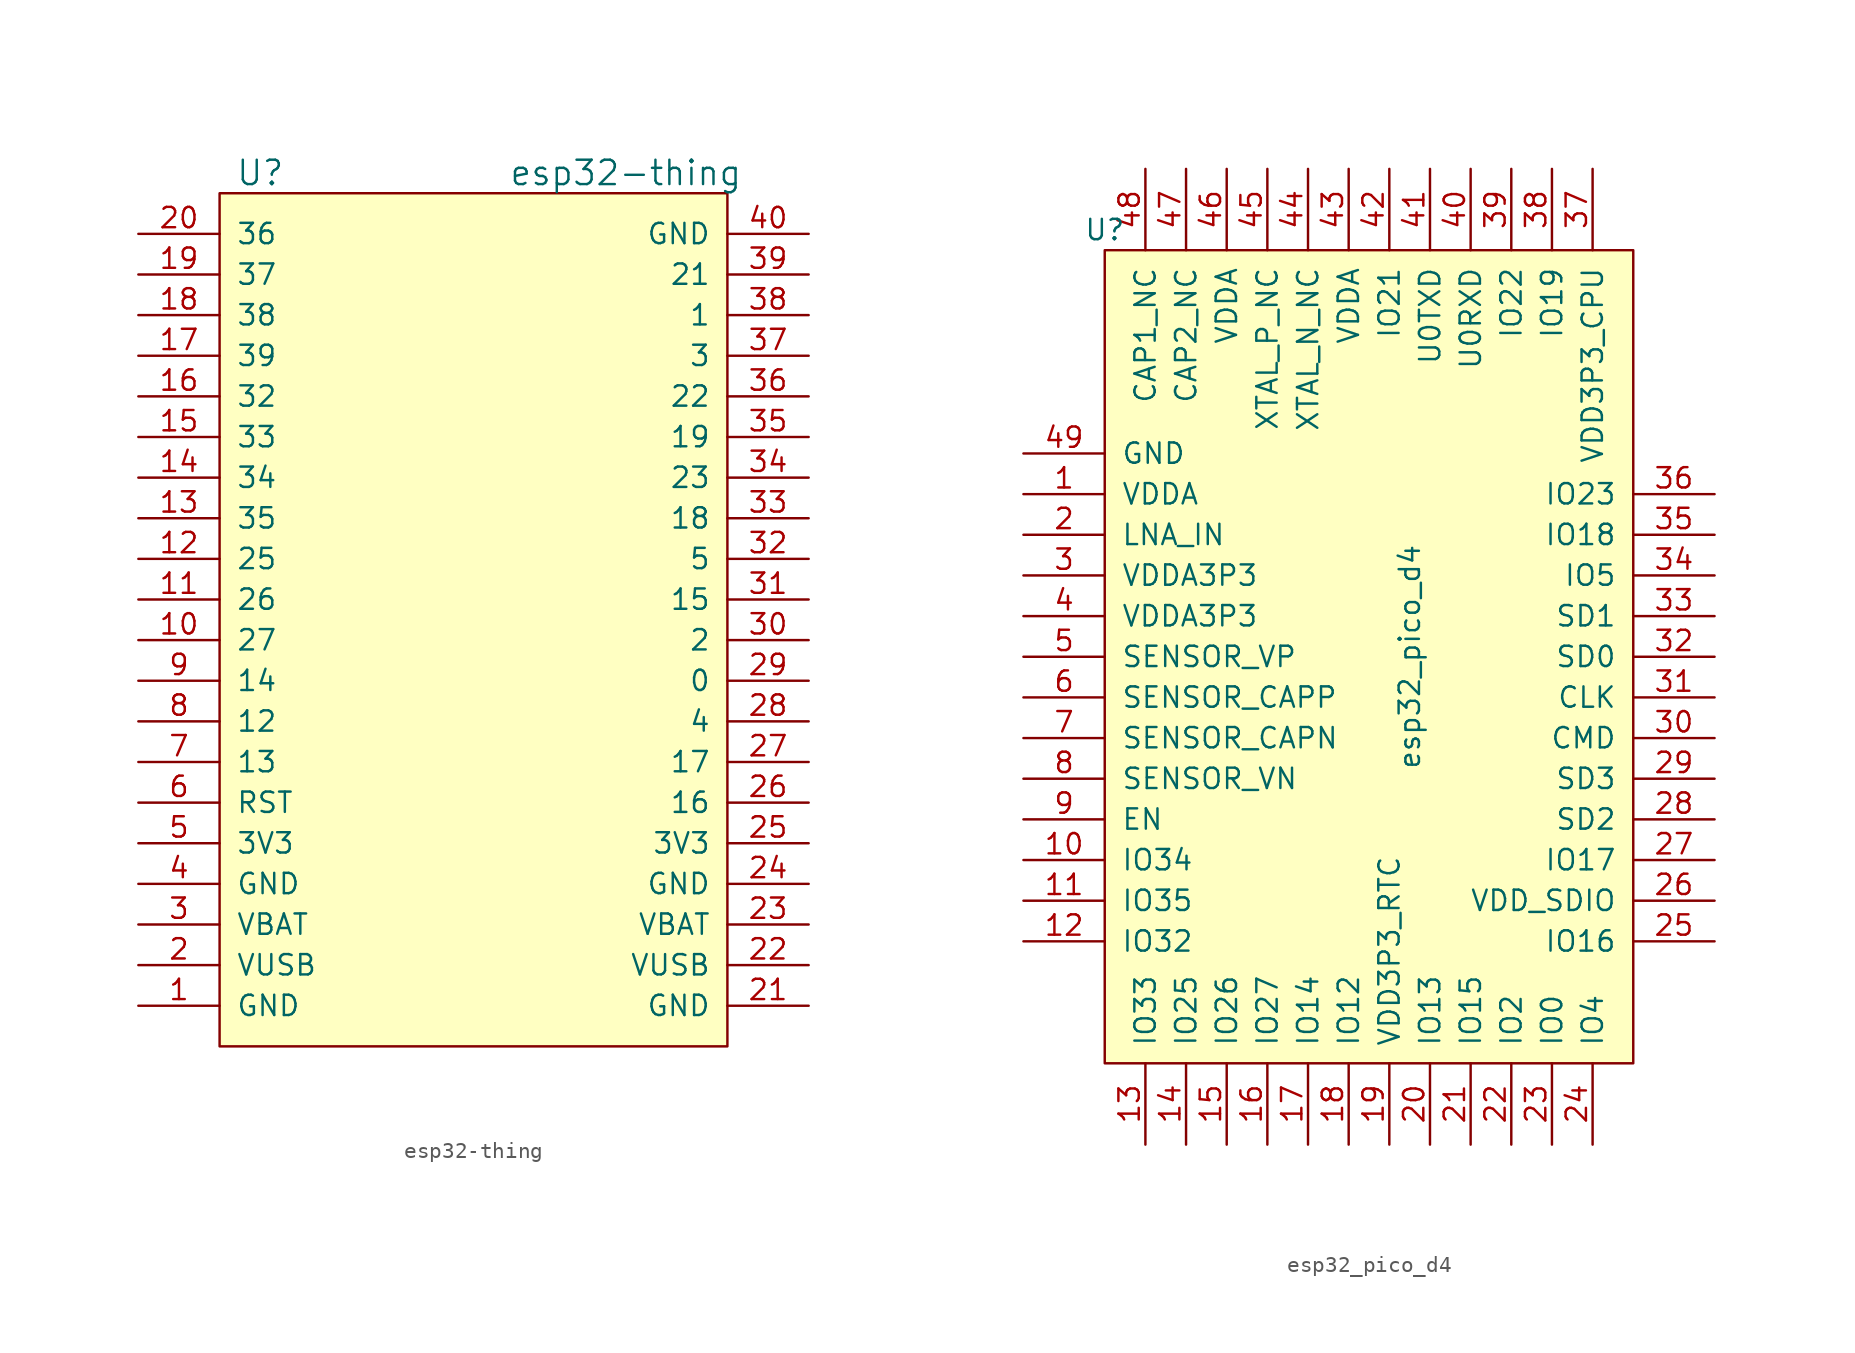
<source format=kicad_sym>
(kicad_symbol_lib
  (version 20211014)
  (generator kicad_symbol_editor)
  (symbol "esp32-thing"
    (pin_names
      (offset 1.016))
    (property "Reference" "U"
      (at -13.97 27.94 0)
      (effects (font (size 1.524 1.524))))
    (property "Value" "esp32-thing"
      (at 8.89 27.94 0)
      (effects (font (size 1.524 1.524))))
    (symbol "esp32-thing_0_1"
      (rectangle (start -16.51 26.67) (end 15.24 -26.67) (stroke (width 0) (type default) (color 0 0 0 0)) (fill (type background))))
    (symbol "esp32-thing_1_1"
      (pin input line (at -21.59 -24.13 0) (length 5.08) (name "GND" (effects (font (size 1.27 1.27)))) (number "1" (effects (font (size 1.27 1.27)))))
      (pin input line (at -21.59 -1.27 0) (length 5.08) (name "27" (effects (font (size 1.27 1.27)))) (number "10" (effects (font (size 1.27 1.27)))))
      (pin input line (at -21.59 1.27 0) (length 5.08) (name "26" (effects (font (size 1.27 1.27)))) (number "11" (effects (font (size 1.27 1.27)))))
      (pin input line (at -21.59 3.81 0) (length 5.08) (name "25" (effects (font (size 1.27 1.27)))) (number "12" (effects (font (size 1.27 1.27)))))
      (pin input line (at -21.59 6.35 0) (length 5.08) (name "35" (effects (font (size 1.27 1.27)))) (number "13" (effects (font (size 1.27 1.27)))))
      (pin input line (at -21.59 8.89 0) (length 5.08) (name "34" (effects (font (size 1.27 1.27)))) (number "14" (effects (font (size 1.27 1.27)))))
      (pin input line (at -21.59 11.43 0) (length 5.08) (name "33" (effects (font (size 1.27 1.27)))) (number "15" (effects (font (size 1.27 1.27)))))
      (pin input line (at -21.59 13.97 0) (length 5.08) (name "32" (effects (font (size 1.27 1.27)))) (number "16" (effects (font (size 1.27 1.27)))))
      (pin input line (at -21.59 16.51 0) (length 5.08) (name "39" (effects (font (size 1.27 1.27)))) (number "17" (effects (font (size 1.27 1.27)))))
      (pin input line (at -21.59 19.05 0) (length 5.08) (name "38" (effects (font (size 1.27 1.27)))) (number "18" (effects (font (size 1.27 1.27)))))
      (pin input line (at -21.59 21.59 0) (length 5.08) (name "37" (effects (font (size 1.27 1.27)))) (number "19" (effects (font (size 1.27 1.27)))))
      (pin input line (at -21.59 -21.59 0) (length 5.08) (name "VUSB" (effects (font (size 1.27 1.27)))) (number "2" (effects (font (size 1.27 1.27)))))
      (pin input line (at -21.59 24.13 0) (length 5.08) (name "36" (effects (font (size 1.27 1.27)))) (number "20" (effects (font (size 1.27 1.27)))))
      (pin input line (at 20.32 -24.13 180) (length 5.08) (name "GND" (effects (font (size 1.27 1.27)))) (number "21" (effects (font (size 1.27 1.27)))))
      (pin input line (at 20.32 -21.59 180) (length 5.08) (name "VUSB" (effects (font (size 1.27 1.27)))) (number "22" (effects (font (size 1.27 1.27)))))
      (pin input line (at 20.32 -19.05 180) (length 5.08) (name "VBAT" (effects (font (size 1.27 1.27)))) (number "23" (effects (font (size 1.27 1.27)))))
      (pin input line (at 20.32 -16.51 180) (length 5.08) (name "GND" (effects (font (size 1.27 1.27)))) (number "24" (effects (font (size 1.27 1.27)))))
      (pin input line (at 20.32 -13.97 180) (length 5.08) (name "3V3" (effects (font (size 1.27 1.27)))) (number "25" (effects (font (size 1.27 1.27)))))
      (pin input line (at 20.32 -11.43 180) (length 5.08) (name "16" (effects (font (size 1.27 1.27)))) (number "26" (effects (font (size 1.27 1.27)))))
      (pin input line (at 20.32 -8.89 180) (length 5.08) (name "17" (effects (font (size 1.27 1.27)))) (number "27" (effects (font (size 1.27 1.27)))))
      (pin input line (at 20.32 -6.35 180) (length 5.08) (name "4" (effects (font (size 1.27 1.27)))) (number "28" (effects (font (size 1.27 1.27)))))
      (pin input line (at 20.32 -3.81 180) (length 5.08) (name "0" (effects (font (size 1.27 1.27)))) (number "29" (effects (font (size 1.27 1.27)))))
      (pin input line (at -21.59 -19.05 0) (length 5.08) (name "VBAT" (effects (font (size 1.27 1.27)))) (number "3" (effects (font (size 1.27 1.27)))))
      (pin input line (at 20.32 -1.27 180) (length 5.08) (name "2" (effects (font (size 1.27 1.27)))) (number "30" (effects (font (size 1.27 1.27)))))
      (pin input line (at 20.32 1.27 180) (length 5.08) (name "15" (effects (font (size 1.27 1.27)))) (number "31" (effects (font (size 1.27 1.27)))))
      (pin input line (at 20.32 3.81 180) (length 5.08) (name "5" (effects (font (size 1.27 1.27)))) (number "32" (effects (font (size 1.27 1.27)))))
      (pin input line (at 20.32 6.35 180) (length 5.08) (name "18" (effects (font (size 1.27 1.27)))) (number "33" (effects (font (size 1.27 1.27)))))
      (pin input line (at 20.32 8.89 180) (length 5.08) (name "23" (effects (font (size 1.27 1.27)))) (number "34" (effects (font (size 1.27 1.27)))))
      (pin input line (at 20.32 11.43 180) (length 5.08) (name "19" (effects (font (size 1.27 1.27)))) (number "35" (effects (font (size 1.27 1.27)))))
      (pin input line (at 20.32 13.97 180) (length 5.08) (name "22" (effects (font (size 1.27 1.27)))) (number "36" (effects (font (size 1.27 1.27)))))
      (pin input line (at 20.32 16.51 180) (length 5.08) (name "3" (effects (font (size 1.27 1.27)))) (number "37" (effects (font (size 1.27 1.27)))))
      (pin input line (at 20.32 19.05 180) (length 5.08) (name "1" (effects (font (size 1.27 1.27)))) (number "38" (effects (font (size 1.27 1.27)))))
      (pin input line (at 20.32 21.59 180) (length 5.08) (name "21" (effects (font (size 1.27 1.27)))) (number "39" (effects (font (size 1.27 1.27)))))
      (pin input line (at -21.59 -16.51 0) (length 5.08) (name "GND" (effects (font (size 1.27 1.27)))) (number "4" (effects (font (size 1.27 1.27)))))
      (pin input line (at 20.32 24.13 180) (length 5.08) (name "GND" (effects (font (size 1.27 1.27)))) (number "40" (effects (font (size 1.27 1.27)))))
      (pin input line (at -21.59 -13.97 0) (length 5.08) (name "3V3" (effects (font (size 1.27 1.27)))) (number "5" (effects (font (size 1.27 1.27)))))
      (pin input line (at -21.59 -11.43 0) (length 5.08) (name "RST" (effects (font (size 1.27 1.27)))) (number "6" (effects (font (size 1.27 1.27)))))
      (pin input line (at -21.59 -8.89 0) (length 5.08) (name "13" (effects (font (size 1.27 1.27)))) (number "7" (effects (font (size 1.27 1.27)))))
      (pin input line (at -21.59 -6.35 0) (length 5.08) (name "12" (effects (font (size 1.27 1.27)))) (number "8" (effects (font (size 1.27 1.27)))))
      (pin input line (at -21.59 -3.81 0) (length 5.08) (name "14" (effects (font (size 1.27 1.27)))) (number "9" (effects (font (size 1.27 1.27)))))))
  (symbol "esp32_pico_d4"
    (pin_names
      (offset 1.016))
    (property "Reference" "U"
      (at -17.78 29.21 0)
      (effects (font (size 1.27 1.27))))
    (property "Value" "esp32_pico_d4"
      (at 1.27 2.54 90)
      (effects (font (size 1.27 1.27))))
    (symbol "esp32_pico_d4_0_1"
      (rectangle (start -17.78 27.94) (end 15.24 -22.86) (stroke (width 0) (type default) (color 0 0 0 0)) (fill (type background))))
    (symbol "esp32_pico_d4_1_1"
      (pin input line (at -22.86 12.7 0) (length 5.08) (name "VDDA" (effects (font (size 1.27 1.27)))) (number "1" (effects (font (size 1.27 1.27)))))
      (pin input line (at -22.86 -10.16 0) (length 5.08) (name "IO34" (effects (font (size 1.27 1.27)))) (number "10" (effects (font (size 1.27 1.27)))))
      (pin input line (at -22.86 -12.7 0) (length 5.08) (name "IO35" (effects (font (size 1.27 1.27)))) (number "11" (effects (font (size 1.27 1.27)))))
      (pin input line (at -22.86 -15.24 0) (length 5.08) (name "IO32" (effects (font (size 1.27 1.27)))) (number "12" (effects (font (size 1.27 1.27)))))
      (pin input line (at -15.24 -27.94 90) (length 5.08) (name "IO33" (effects (font (size 1.27 1.27)))) (number "13" (effects (font (size 1.27 1.27)))))
      (pin input line (at -12.7 -27.94 90) (length 5.08) (name "IO25" (effects (font (size 1.27 1.27)))) (number "14" (effects (font (size 1.27 1.27)))))
      (pin input line (at -10.16 -27.94 90) (length 5.08) (name "IO26" (effects (font (size 1.27 1.27)))) (number "15" (effects (font (size 1.27 1.27)))))
      (pin input line (at -7.62 -27.94 90) (length 5.08) (name "IO27" (effects (font (size 1.27 1.27)))) (number "16" (effects (font (size 1.27 1.27)))))
      (pin input line (at -5.08 -27.94 90) (length 5.08) (name "IO14" (effects (font (size 1.27 1.27)))) (number "17" (effects (font (size 1.27 1.27)))))
      (pin input line (at -2.54 -27.94 90) (length 5.08) (name "IO12" (effects (font (size 1.27 1.27)))) (number "18" (effects (font (size 1.27 1.27)))))
      (pin input line (at 0 -27.94 90) (length 5.08) (name "VDD3P3_RTC" (effects (font (size 1.27 1.27)))) (number "19" (effects (font (size 1.27 1.27)))))
      (pin input line (at -22.86 10.16 0) (length 5.08) (name "LNA_IN" (effects (font (size 1.27 1.27)))) (number "2" (effects (font (size 1.27 1.27)))))
      (pin input line (at 2.54 -27.94 90) (length 5.08) (name "IO13" (effects (font (size 1.27 1.27)))) (number "20" (effects (font (size 1.27 1.27)))))
      (pin input line (at 5.08 -27.94 90) (length 5.08) (name "IO15" (effects (font (size 1.27 1.27)))) (number "21" (effects (font (size 1.27 1.27)))))
      (pin input line (at 7.62 -27.94 90) (length 5.08) (name "IO2" (effects (font (size 1.27 1.27)))) (number "22" (effects (font (size 1.27 1.27)))))
      (pin input line (at 10.16 -27.94 90) (length 5.08) (name "IO0" (effects (font (size 1.27 1.27)))) (number "23" (effects (font (size 1.27 1.27)))))
      (pin input line (at 12.7 -27.94 90) (length 5.08) (name "IO4" (effects (font (size 1.27 1.27)))) (number "24" (effects (font (size 1.27 1.27)))))
      (pin input line (at 20.32 -15.24 180) (length 5.08) (name "IO16" (effects (font (size 1.27 1.27)))) (number "25" (effects (font (size 1.27 1.27)))))
      (pin input line (at 20.32 -12.7 180) (length 5.08) (name "VDD_SDIO" (effects (font (size 1.27 1.27)))) (number "26" (effects (font (size 1.27 1.27)))))
      (pin input line (at 20.32 -10.16 180) (length 5.08) (name "IO17" (effects (font (size 1.27 1.27)))) (number "27" (effects (font (size 1.27 1.27)))))
      (pin input line (at 20.32 -7.62 180) (length 5.08) (name "SD2" (effects (font (size 1.27 1.27)))) (number "28" (effects (font (size 1.27 1.27)))))
      (pin input line (at 20.32 -5.08 180) (length 5.08) (name "SD3" (effects (font (size 1.27 1.27)))) (number "29" (effects (font (size 1.27 1.27)))))
      (pin input line (at -22.86 7.62 0) (length 5.08) (name "VDDA3P3" (effects (font (size 1.27 1.27)))) (number "3" (effects (font (size 1.27 1.27)))))
      (pin input line (at 20.32 -2.54 180) (length 5.08) (name "CMD" (effects (font (size 1.27 1.27)))) (number "30" (effects (font (size 1.27 1.27)))))
      (pin input line (at 20.32 0 180) (length 5.08) (name "CLK" (effects (font (size 1.27 1.27)))) (number "31" (effects (font (size 1.27 1.27)))))
      (pin input line (at 20.32 2.54 180) (length 5.08) (name "SD0" (effects (font (size 1.27 1.27)))) (number "32" (effects (font (size 1.27 1.27)))))
      (pin input line (at 20.32 5.08 180) (length 5.08) (name "SD1" (effects (font (size 1.27 1.27)))) (number "33" (effects (font (size 1.27 1.27)))))
      (pin input line (at 20.32 7.62 180) (length 5.08) (name "IO5" (effects (font (size 1.27 1.27)))) (number "34" (effects (font (size 1.27 1.27)))))
      (pin input line (at 20.32 10.16 180) (length 5.08) (name "IO18" (effects (font (size 1.27 1.27)))) (number "35" (effects (font (size 1.27 1.27)))))
      (pin input line (at 20.32 12.7 180) (length 5.08) (name "IO23" (effects (font (size 1.27 1.27)))) (number "36" (effects (font (size 1.27 1.27)))))
      (pin input line (at 12.7 33.02 270) (length 5.08) (name "VDD3P3_CPU" (effects (font (size 1.27 1.27)))) (number "37" (effects (font (size 1.27 1.27)))))
      (pin input line (at 10.16 33.02 270) (length 5.08) (name "IO19" (effects (font (size 1.27 1.27)))) (number "38" (effects (font (size 1.27 1.27)))))
      (pin input line (at 7.62 33.02 270) (length 5.08) (name "IO22" (effects (font (size 1.27 1.27)))) (number "39" (effects (font (size 1.27 1.27)))))
      (pin input line (at -22.86 5.08 0) (length 5.08) (name "VDDA3P3" (effects (font (size 1.27 1.27)))) (number "4" (effects (font (size 1.27 1.27)))))
      (pin input line (at 5.08 33.02 270) (length 5.08) (name "U0RXD" (effects (font (size 1.27 1.27)))) (number "40" (effects (font (size 1.27 1.27)))))
      (pin input line (at 2.54 33.02 270) (length 5.08) (name "U0TXD" (effects (font (size 1.27 1.27)))) (number "41" (effects (font (size 1.27 1.27)))))
      (pin input line (at 0 33.02 270) (length 5.08) (name "IO21" (effects (font (size 1.27 1.27)))) (number "42" (effects (font (size 1.27 1.27)))))
      (pin input line (at -2.54 33.02 270) (length 5.08) (name "VDDA" (effects (font (size 1.27 1.27)))) (number "43" (effects (font (size 1.27 1.27)))))
      (pin input line (at -5.08 33.02 270) (length 5.08) (name "XTAL_N_NC" (effects (font (size 1.27 1.27)))) (number "44" (effects (font (size 1.27 1.27)))))
      (pin input line (at -7.62 33.02 270) (length 5.08) (name "XTAL_P_NC" (effects (font (size 1.27 1.27)))) (number "45" (effects (font (size 1.27 1.27)))))
      (pin input line (at -10.16 33.02 270) (length 5.08) (name "VDDA" (effects (font (size 1.27 1.27)))) (number "46" (effects (font (size 1.27 1.27)))))
      (pin input line (at -12.7 33.02 270) (length 5.08) (name "CAP2_NC" (effects (font (size 1.27 1.27)))) (number "47" (effects (font (size 1.27 1.27)))))
      (pin input line (at -15.24 33.02 270) (length 5.08) (name "CAP1_NC" (effects (font (size 1.27 1.27)))) (number "48" (effects (font (size 1.27 1.27)))))
      (pin input line (at -22.86 15.24 0) (length 5.08) (name "GND" (effects (font (size 1.27 1.27)))) (number "49" (effects (font (size 1.27 1.27)))))
      (pin input line (at -22.86 2.54 0) (length 5.08) (name "SENSOR_VP" (effects (font (size 1.27 1.27)))) (number "5" (effects (font (size 1.27 1.27)))))
      (pin input line (at -22.86 0 0) (length 5.08) (name "SENSOR_CAPP" (effects (font (size 1.27 1.27)))) (number "6" (effects (font (size 1.27 1.27)))))
      (pin input line (at -22.86 -2.54 0) (length 5.08) (name "SENSOR_CAPN" (effects (font (size 1.27 1.27)))) (number "7" (effects (font (size 1.27 1.27)))))
      (pin input line (at -22.86 -5.08 0) (length 5.08) (name "SENSOR_VN" (effects (font (size 1.27 1.27)))) (number "8" (effects (font (size 1.27 1.27)))))
      (pin input line (at -22.86 -7.62 0) (length 5.08) (name "EN" (effects (font (size 1.27 1.27)))) (number "9" (effects (font (size 1.27 1.27))))))))
</source>
